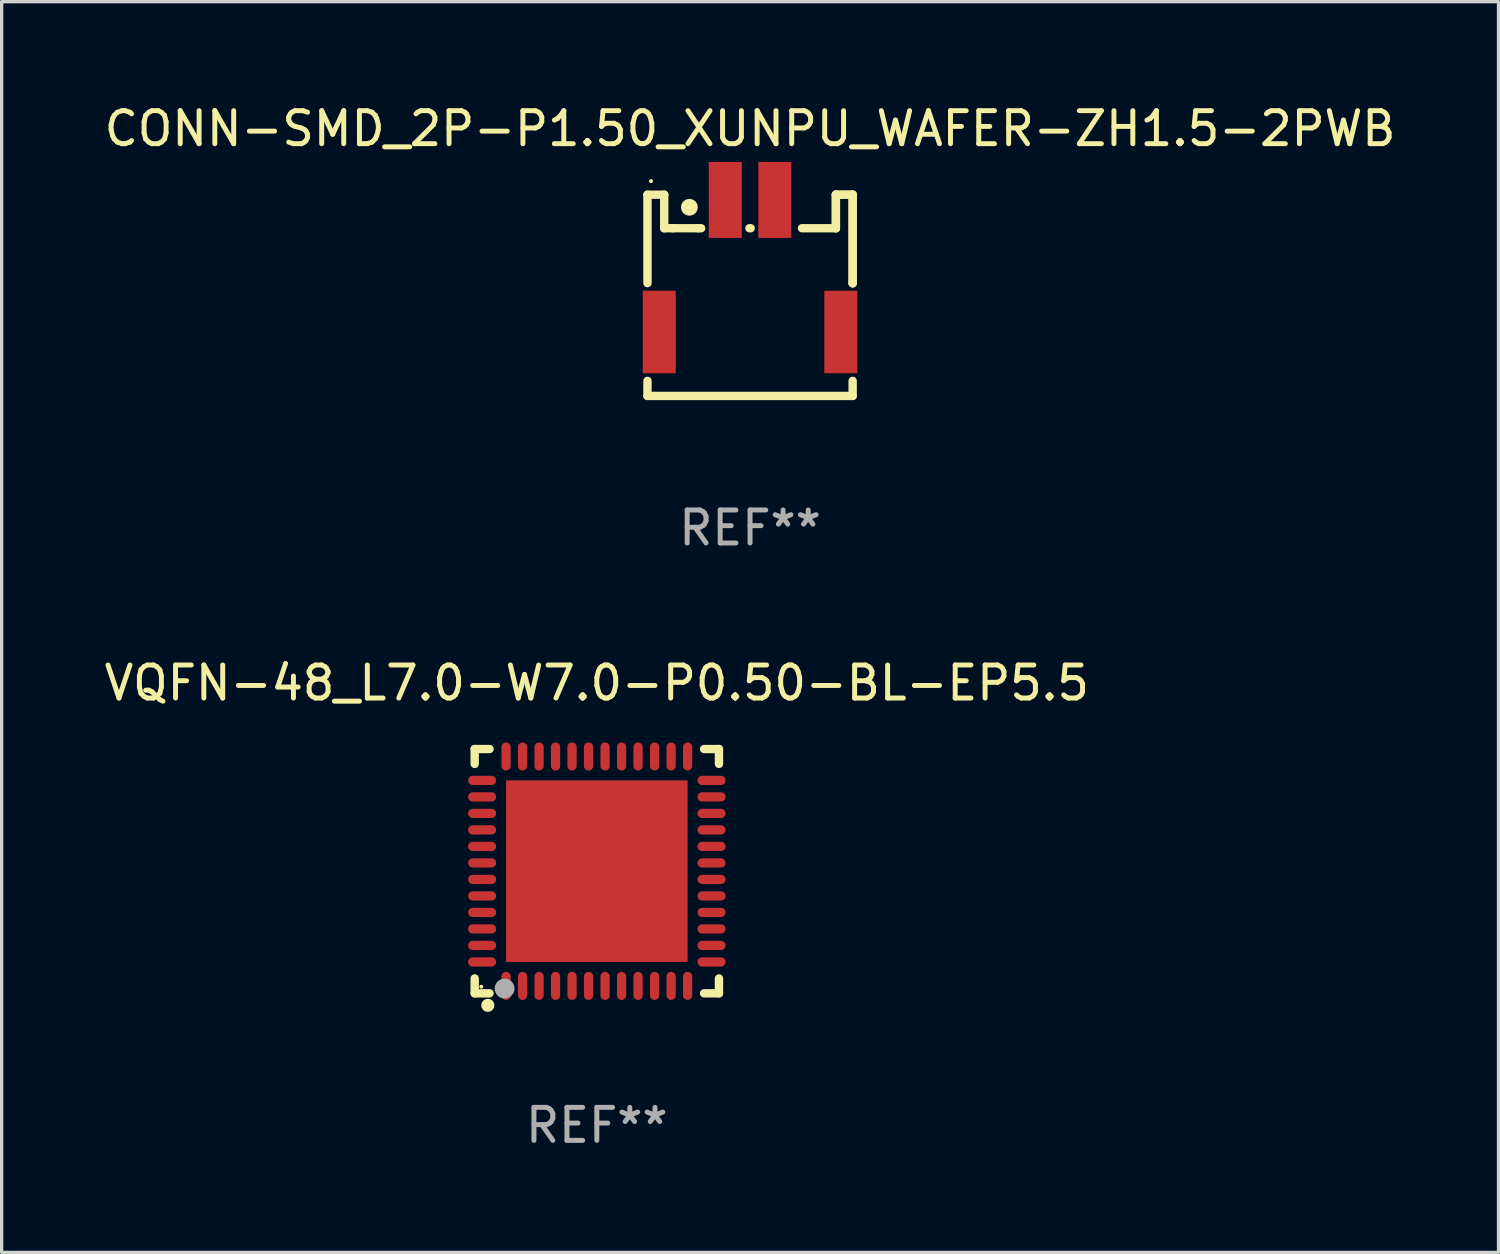
<source format=kicad_pcb>
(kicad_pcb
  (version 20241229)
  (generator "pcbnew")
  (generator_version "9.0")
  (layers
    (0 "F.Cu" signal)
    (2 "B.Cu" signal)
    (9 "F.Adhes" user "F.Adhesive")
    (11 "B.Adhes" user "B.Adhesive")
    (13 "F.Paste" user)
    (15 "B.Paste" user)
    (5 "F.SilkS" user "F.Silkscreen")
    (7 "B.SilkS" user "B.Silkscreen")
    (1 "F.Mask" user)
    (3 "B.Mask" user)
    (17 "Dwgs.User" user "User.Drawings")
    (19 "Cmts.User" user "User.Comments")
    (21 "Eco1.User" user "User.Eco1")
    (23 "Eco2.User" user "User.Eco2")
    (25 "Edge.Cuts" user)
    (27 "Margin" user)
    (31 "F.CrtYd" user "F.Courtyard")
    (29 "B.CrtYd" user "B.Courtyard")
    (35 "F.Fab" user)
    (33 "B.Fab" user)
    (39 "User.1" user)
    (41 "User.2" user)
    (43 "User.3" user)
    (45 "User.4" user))
  (footprint "CONN-SMD_2P-P1.50_XUNPU_WAFER-ZH1.5-2PWB"
    (layer "F.Cu")
    (at 19.672 5.007)
    (property "Reference" "CONN-SMD_2P-P1.50_XUNPU_WAFER-ZH1.5-2PWB" (at 0.000152 -4.159 0) (layer "F.SilkS") (effects (font (size 1 1) (thickness 0.15))))
    (attr smd)
    (fp_line (start -3.108 -2.159) (end -3.108 0.519) (stroke (width 0.254) (type solid)) (layer "F.SilkS"))
    (fp_line (start -3.108 -2.159) (end -2.6 -2.159) (stroke (width 0.254) (type solid)) (layer "F.SilkS"))
    (fp_line (start -3.108 3.937) (end -3.108 3.481) (stroke (width 0.254) (type solid)) (layer "F.SilkS"))
    (fp_line (start -2.6 -2.159) (end -2.6 -1.143) (stroke (width 0.254) (type solid)) (layer "F.SilkS"))
    (fp_line (start -2.6 -1.143) (end -2.346 -1.143) (stroke (width 0.254) (type solid)) (layer "F.SilkS"))
    (fp_line (start -1.572 -1.143) (end -2.346 -1.143) (stroke (width 0.254) (type solid)) (layer "F.SilkS"))
    (fp_line (start -1.572 -1.143) (end -1.481 -1.143) (stroke (width 0.254) (type solid)) (layer "F.SilkS"))
    (fp_line (start -0.019 -1.143) (end 0.019 -1.143) (stroke (width 0.254) (type solid)) (layer "F.SilkS"))
    (fp_line (start 2.6 -2.159) (end 2.6 -1.143) (stroke (width 0.254) (type solid)) (layer "F.SilkS"))
    (fp_line (start 2.6 -2.159) (end 2.6 -1.143) (stroke (width 0.254) (type solid)) (layer "F.SilkS"))
    (fp_line (start 2.6 -1.143) (end 1.573 -1.143) (stroke (width 0.254) (type solid)) (layer "F.SilkS"))
    (fp_line (start 3.108 3.937) (end -3.108 3.937) (stroke (width 0.254) (type solid)) (layer "F.SilkS"))
    (fp_line (start 3.108 0.519) (end 3.108 0.53) (stroke (width 0.254) (type solid)) (layer "F.SilkS"))
    (fp_line (start 3.108 3.937) (end 3.108 3.481) (stroke (width 0.254) (type solid)) (layer "F.SilkS"))
    (fp_line (start 3.108 -2.159) (end 2.6 -2.159) (stroke (width 0.254) (type solid)) (layer "F.SilkS"))
    (fp_line (start 3.108 -2.159) (end 2.6 -2.159) (stroke (width 0.254) (type solid)) (layer "F.SilkS"))
    (fp_line (start 3.108 0.519) (end 3.108 -2.159) (stroke (width 0.254) (type solid)) (layer "F.SilkS"))
    (fp_line (start 3.108 0.519) (end 3.108 -2.159) (stroke (width 0.254) (type solid)) (layer "F.SilkS"))
    (fp_circle (center -3 -2.57) (end -2.97 -2.57) (stroke (width 0.06) (type solid)) (fill no) (layer "F.SilkS"))
    (fp_circle (center -1.838 -1.778) (end -1.711 -1.778) (stroke (width 0.254) (type solid)) (fill no) (layer "F.SilkS"))
    (fp_text user "REF**" (at 0.000152 7.937 0) (layer "F.Fab") (effects (font (size 1 1) (thickness 0.15))))
    (pad "1" smd rect (at -0.75 -2) (size 1 2.3) (layers "F.Cu" "F.Mask" "F.Paste"))
    (pad "2" smd rect (at 0.75 -2) (size 1 2.3) (layers "F.Cu" "F.Mask" "F.Paste"))
    (pad "3" smd rect (at 2.75 2) (size 1 2.5) (layers "F.Cu" "F.Mask" "F.Paste"))
    (pad "4" smd rect (at -2.75 2) (size 1 2.5) (layers "F.Cu" "F.Mask" "F.Paste")))
  (footprint "VQFN-48_L7.0-W7.0-P0.50-BL-EP5.5"
    (layer "F.Cu")
    (at 15.03 23.341)
    (property "Reference" "VQFN-48_L7.0-W7.0-P0.50-BL-EP5.5" (at 0.000102 -5.7 0) (layer "F.SilkS") (effects (font (size 1 1) (thickness 0.15))))
    (attr smd)
    (fp_line (start -3.7 -3.7) (end -3.25 -3.7) (stroke (width 0.254) (type solid)) (layer "F.SilkS"))
    (fp_line (start -3.7 -3.25) (end -3.7 -3.7) (stroke (width 0.254) (type solid)) (layer "F.SilkS"))
    (fp_line (start -3.7 3.7) (end -3.7 3.25) (stroke (width 0.254) (type solid)) (layer "F.SilkS"))
    (fp_line (start -3.25 3.7) (end -3.7 3.7) (stroke (width 0.254) (type solid)) (layer "F.SilkS"))
    (fp_line (start 3.25 3.7) (end 3.7 3.7) (stroke (width 0.254) (type solid)) (layer "F.SilkS"))
    (fp_line (start 3.7 -3.7) (end 3.25 -3.7) (stroke (width 0.254) (type solid)) (layer "F.SilkS"))
    (fp_line (start 3.7 -3.25) (end 3.7 -3.7) (stroke (width 0.254) (type solid)) (layer "F.SilkS"))
    (fp_line (start 3.7 3.7) (end 3.7 3.25) (stroke (width 0.254) (type solid)) (layer "F.SilkS"))
    (fp_circle (center -3.5 3.5) (end -3.47 3.5) (stroke (width 0.06) (type solid)) (fill no) (layer "F.SilkS"))
    (fp_circle (center -3.302 4.064) (end -3.202 4.064) (stroke (width 0.2) (type solid)) (fill no) (layer "F.SilkS"))
    (fp_circle (center -2.794 3.556) (end -2.644 3.556) (stroke (width 0.3) (type solid)) (fill no) (layer "F.Fab"))
    (fp_text user "REF**" (at 0.000102 7.7 0) (layer "F.Fab") (effects (font (size 1 1) (thickness 0.15))))
    (pad "1" smd oval (at -2.75 3.475) (size 0.28 0.85) (layers "F.Cu" "F.Mask" "F.Paste"))
    (pad "2" smd oval (at -2.25 3.475) (size 0.28 0.85) (layers "F.Cu" "F.Mask" "F.Paste"))
    (pad "3" smd oval (at -1.75 3.475) (size 0.28 0.85) (layers "F.Cu" "F.Mask" "F.Paste"))
    (pad "4" smd oval (at -1.25 3.475) (size 0.28 0.85) (layers "F.Cu" "F.Mask" "F.Paste"))
    (pad "5" smd oval (at -0.75 3.475) (size 0.28 0.85) (layers "F.Cu" "F.Mask" "F.Paste"))
    (pad "6" smd oval (at -0.25 3.475) (size 0.28 0.85) (layers "F.Cu" "F.Mask" "F.Paste"))
    (pad "7" smd oval (at 0.25 3.475) (size 0.28 0.85) (layers "F.Cu" "F.Mask" "F.Paste"))
    (pad "8" smd oval (at 0.75 3.475) (size 0.28 0.85) (layers "F.Cu" "F.Mask" "F.Paste"))
    (pad "9" smd oval (at 1.25 3.475) (size 0.28 0.85) (layers "F.Cu" "F.Mask" "F.Paste"))
    (pad "10" smd oval (at 1.75 3.475) (size 0.28 0.85) (layers "F.Cu" "F.Mask" "F.Paste"))
    (pad "11" smd oval (at 2.25 3.475) (size 0.28 0.85) (layers "F.Cu" "F.Mask" "F.Paste"))
    (pad "12" smd oval (at 2.75 3.475) (size 0.28 0.85) (layers "F.Cu" "F.Mask" "F.Paste"))
    (pad "13" smd oval (at 3.475 2.75) (size 0.85 0.28) (layers "F.Cu" "F.Mask" "F.Paste"))
    (pad "14" smd oval (at 3.475 2.25) (size 0.85 0.28) (layers "F.Cu" "F.Mask" "F.Paste"))
    (pad "15" smd oval (at 3.475 1.75) (size 0.85 0.28) (layers "F.Cu" "F.Mask" "F.Paste"))
    (pad "16" smd oval (at 3.475 1.25) (size 0.85 0.28) (layers "F.Cu" "F.Mask" "F.Paste"))
    (pad "17" smd oval (at 3.475 0.75) (size 0.85 0.28) (layers "F.Cu" "F.Mask" "F.Paste"))
    (pad "18" smd oval (at 3.475 0.25) (size 0.85 0.28) (layers "F.Cu" "F.Mask" "F.Paste"))
    (pad "19" smd oval (at 3.475 -0.25) (size 0.85 0.28) (layers "F.Cu" "F.Mask" "F.Paste"))
    (pad "20" smd oval (at 3.475 -0.75) (size 0.85 0.28) (layers "F.Cu" "F.Mask" "F.Paste"))
    (pad "21" smd oval (at 3.475 -1.25) (size 0.85 0.28) (layers "F.Cu" "F.Mask" "F.Paste"))
    (pad "22" smd oval (at 3.475 -1.75) (size 0.85 0.28) (layers "F.Cu" "F.Mask" "F.Paste"))
    (pad "23" smd oval (at 3.475 -2.25) (size 0.85 0.28) (layers "F.Cu" "F.Mask" "F.Paste"))
    (pad "24" smd oval (at 3.475 -2.75) (size 0.85 0.28) (layers "F.Cu" "F.Mask" "F.Paste"))
    (pad "25" smd oval (at 2.75 -3.475) (size 0.28 0.85) (layers "F.Cu" "F.Mask" "F.Paste"))
    (pad "26" smd oval (at 2.25 -3.475) (size 0.28 0.85) (layers "F.Cu" "F.Mask" "F.Paste"))
    (pad "27" smd oval (at 1.75 -3.475) (size 0.28 0.85) (layers "F.Cu" "F.Mask" "F.Paste"))
    (pad "28" smd oval (at 1.25 -3.475) (size 0.28 0.85) (layers "F.Cu" "F.Mask" "F.Paste"))
    (pad "29" smd oval (at 0.75 -3.475) (size 0.28 0.85) (layers "F.Cu" "F.Mask" "F.Paste"))
    (pad "30" smd oval (at 0.25 -3.475) (size 0.28 0.85) (layers "F.Cu" "F.Mask" "F.Paste"))
    (pad "31" smd oval (at -0.25 -3.475) (size 0.28 0.85) (layers "F.Cu" "F.Mask" "F.Paste"))
    (pad "32" smd oval (at -0.75 -3.475) (size 0.28 0.85) (layers "F.Cu" "F.Mask" "F.Paste"))
    (pad "33" smd oval (at -1.25 -3.475) (size 0.28 0.85) (layers "F.Cu" "F.Mask" "F.Paste"))
    (pad "34" smd oval (at -1.75 -3.475) (size 0.28 0.85) (layers "F.Cu" "F.Mask" "F.Paste"))
    (pad "35" smd oval (at -2.25 -3.475) (size 0.28 0.85) (layers "F.Cu" "F.Mask" "F.Paste"))
    (pad "36" smd oval (at -2.75 -3.475) (size 0.28 0.85) (layers "F.Cu" "F.Mask" "F.Paste"))
    (pad "37" smd oval (at -3.475 -2.75) (size 0.85 0.28) (layers "F.Cu" "F.Mask" "F.Paste"))
    (pad "38" smd oval (at -3.475 -2.25) (size 0.85 0.28) (layers "F.Cu" "F.Mask" "F.Paste"))
    (pad "39" smd oval (at -3.475 -1.75) (size 0.85 0.28) (layers "F.Cu" "F.Mask" "F.Paste"))
    (pad "40" smd oval (at -3.475 -1.25) (size 0.85 0.28) (layers "F.Cu" "F.Mask" "F.Paste"))
    (pad "41" smd oval (at -3.475 -0.75) (size 0.85 0.28) (layers "F.Cu" "F.Mask" "F.Paste"))
    (pad "42" smd oval (at -3.475 -0.25) (size 0.85 0.28) (layers "F.Cu" "F.Mask" "F.Paste"))
    (pad "43" smd oval (at -3.475 0.25) (size 0.85 0.28) (layers "F.Cu" "F.Mask" "F.Paste"))
    (pad "44" smd oval (at -3.475 0.75) (size 0.85 0.28) (layers "F.Cu" "F.Mask" "F.Paste"))
    (pad "45" smd oval (at -3.475 1.25) (size 0.85 0.28) (layers "F.Cu" "F.Mask" "F.Paste"))
    (pad "46" smd oval (at -3.475 1.75) (size 0.85 0.28) (layers "F.Cu" "F.Mask" "F.Paste"))
    (pad "47" smd oval (at -3.475 2.25) (size 0.85 0.28) (layers "F.Cu" "F.Mask" "F.Paste"))
    (pad "48" smd oval (at -3.475 2.75) (size 0.85 0.28) (layers "F.Cu" "F.Mask" "F.Paste"))
    (pad "49" smd rect (at 0 0) (size 5.5 5.5) (layers "F.Cu" "F.Mask" "F.Paste")))
  (gr_rect
    (start -3 -3)
    (end 42.345 34.889)
    (stroke (width 0.1) (type default))
    (fill no)
    (layer "Edge.Cuts")))
</source>
